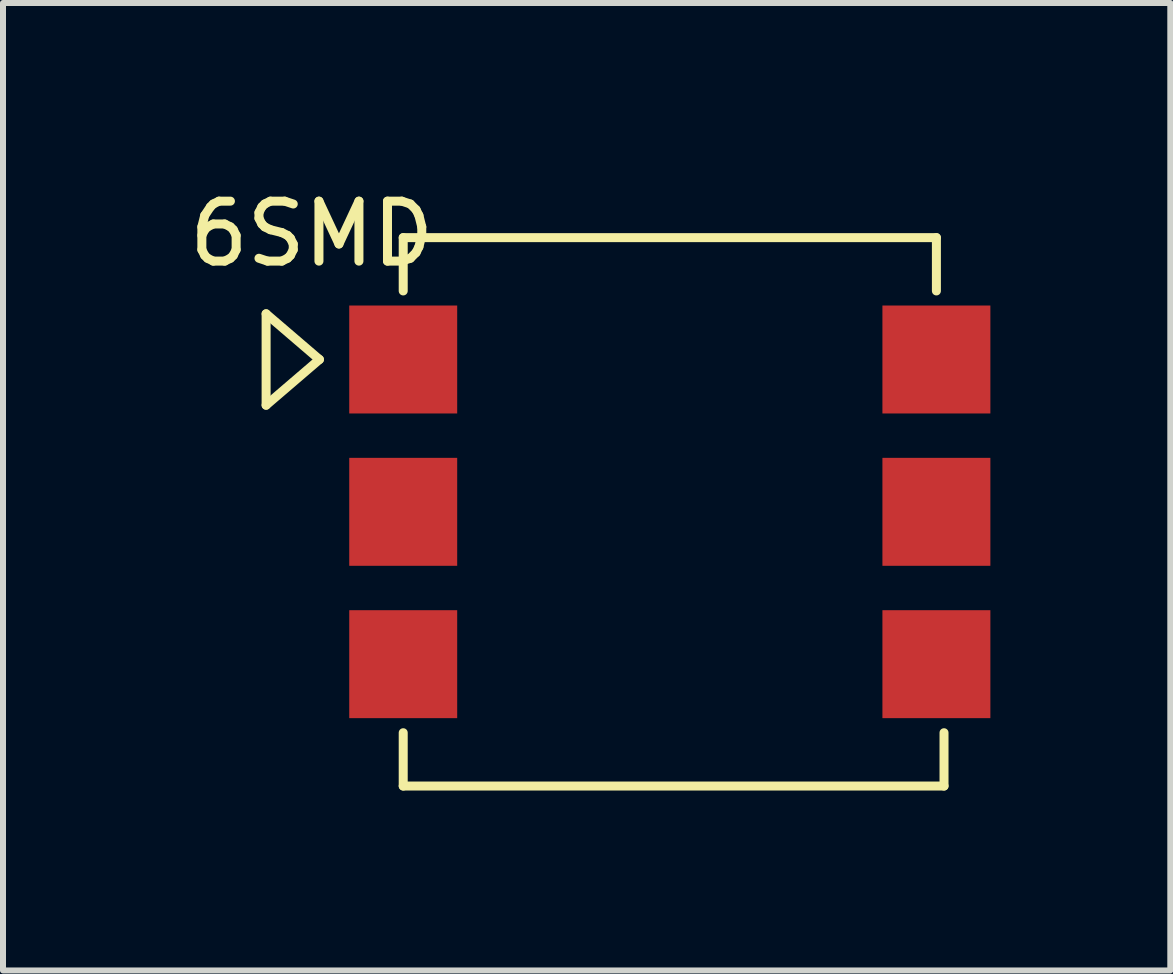
<source format=kicad_pcb>
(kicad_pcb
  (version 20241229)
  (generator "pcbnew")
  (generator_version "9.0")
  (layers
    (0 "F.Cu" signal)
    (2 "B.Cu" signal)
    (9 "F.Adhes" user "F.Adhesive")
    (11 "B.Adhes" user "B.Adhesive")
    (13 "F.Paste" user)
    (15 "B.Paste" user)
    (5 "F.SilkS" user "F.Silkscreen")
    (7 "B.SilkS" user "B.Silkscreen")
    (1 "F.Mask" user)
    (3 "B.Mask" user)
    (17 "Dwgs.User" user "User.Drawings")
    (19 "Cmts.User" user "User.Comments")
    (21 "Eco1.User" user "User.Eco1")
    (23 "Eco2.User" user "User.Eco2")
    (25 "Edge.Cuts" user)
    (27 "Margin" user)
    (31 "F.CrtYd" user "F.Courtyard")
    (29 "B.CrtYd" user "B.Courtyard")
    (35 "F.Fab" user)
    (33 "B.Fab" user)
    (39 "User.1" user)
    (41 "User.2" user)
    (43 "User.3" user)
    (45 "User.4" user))
  (footprint "6SMD"
    (layer "F.Cu")
    (at 6.213 0.404)
    (property "Reference" "6SMD" (at -4.064 0.445 0) (layer "F.SilkS") (effects (font (size 1 1) (thickness 0.15))))
    (attr through_hole)
    (fp_line (start -4.826 1.778) (end -4.826 3.302) (stroke (width 0.15) (type solid)) (layer "F.SilkS"))
    (fp_line (start -4.826 3.302) (end -3.937 2.54) (stroke (width 0.15) (type solid)) (layer "F.SilkS"))
    (fp_line (start -3.937 2.54) (end -4.826 1.778) (stroke (width 0.15) (type solid)) (layer "F.SilkS"))
    (fp_line (start -2.54 0.508) (end 6.35 0.508) (stroke (width 0.15) (type solid)) (layer "F.SilkS"))
    (fp_line (start -2.54 1.397) (end -2.54 0.508) (stroke (width 0.15) (type solid)) (layer "F.SilkS"))
    (fp_line (start -2.54 8.763) (end -2.54 9.652) (stroke (width 0.15) (type solid)) (layer "F.SilkS"))
    (fp_line (start -2.54 9.652) (end 6.477 9.652) (stroke (width 0.15) (type solid)) (layer "F.SilkS"))
    (fp_line (start 6.35 0.508) (end 6.35 1.397) (stroke (width 0.15) (type solid)) (layer "F.SilkS"))
    (fp_line (start 6.477 9.652) (end 6.477 8.763) (stroke (width 0.15) (type solid)) (layer "F.SilkS"))
    (pad "1" smd rect (at -2.54 2.54) (size 1.8 1.8) (layers "F.Cu" "F.Mask" "F.Paste"))
    (pad "2" smd rect (at -2.54 5.08) (size 1.8 1.8) (layers "F.Cu" "F.Mask" "F.Paste"))
    (pad "3" smd rect (at -2.54 7.62) (size 1.8 1.8) (layers "F.Cu" "F.Mask" "F.Paste"))
    (pad "4" smd rect (at 6.35 7.62) (size 1.8 1.8) (layers "F.Cu" "F.Mask" "F.Paste"))
    (pad "5" smd rect (at 6.35 5.08) (size 1.8 1.8) (layers "F.Cu" "F.Mask" "F.Paste"))
    (pad "6" smd rect (at 6.35 2.54) (size 1.8 1.8) (layers "F.Cu" "F.Mask" "F.Paste")))
  (gr_rect
    (start -3 -3)
    (end 16.463 13.131)
    (stroke (width 0.1) (type default))
    (fill no)
    (layer "Edge.Cuts")))
</source>
